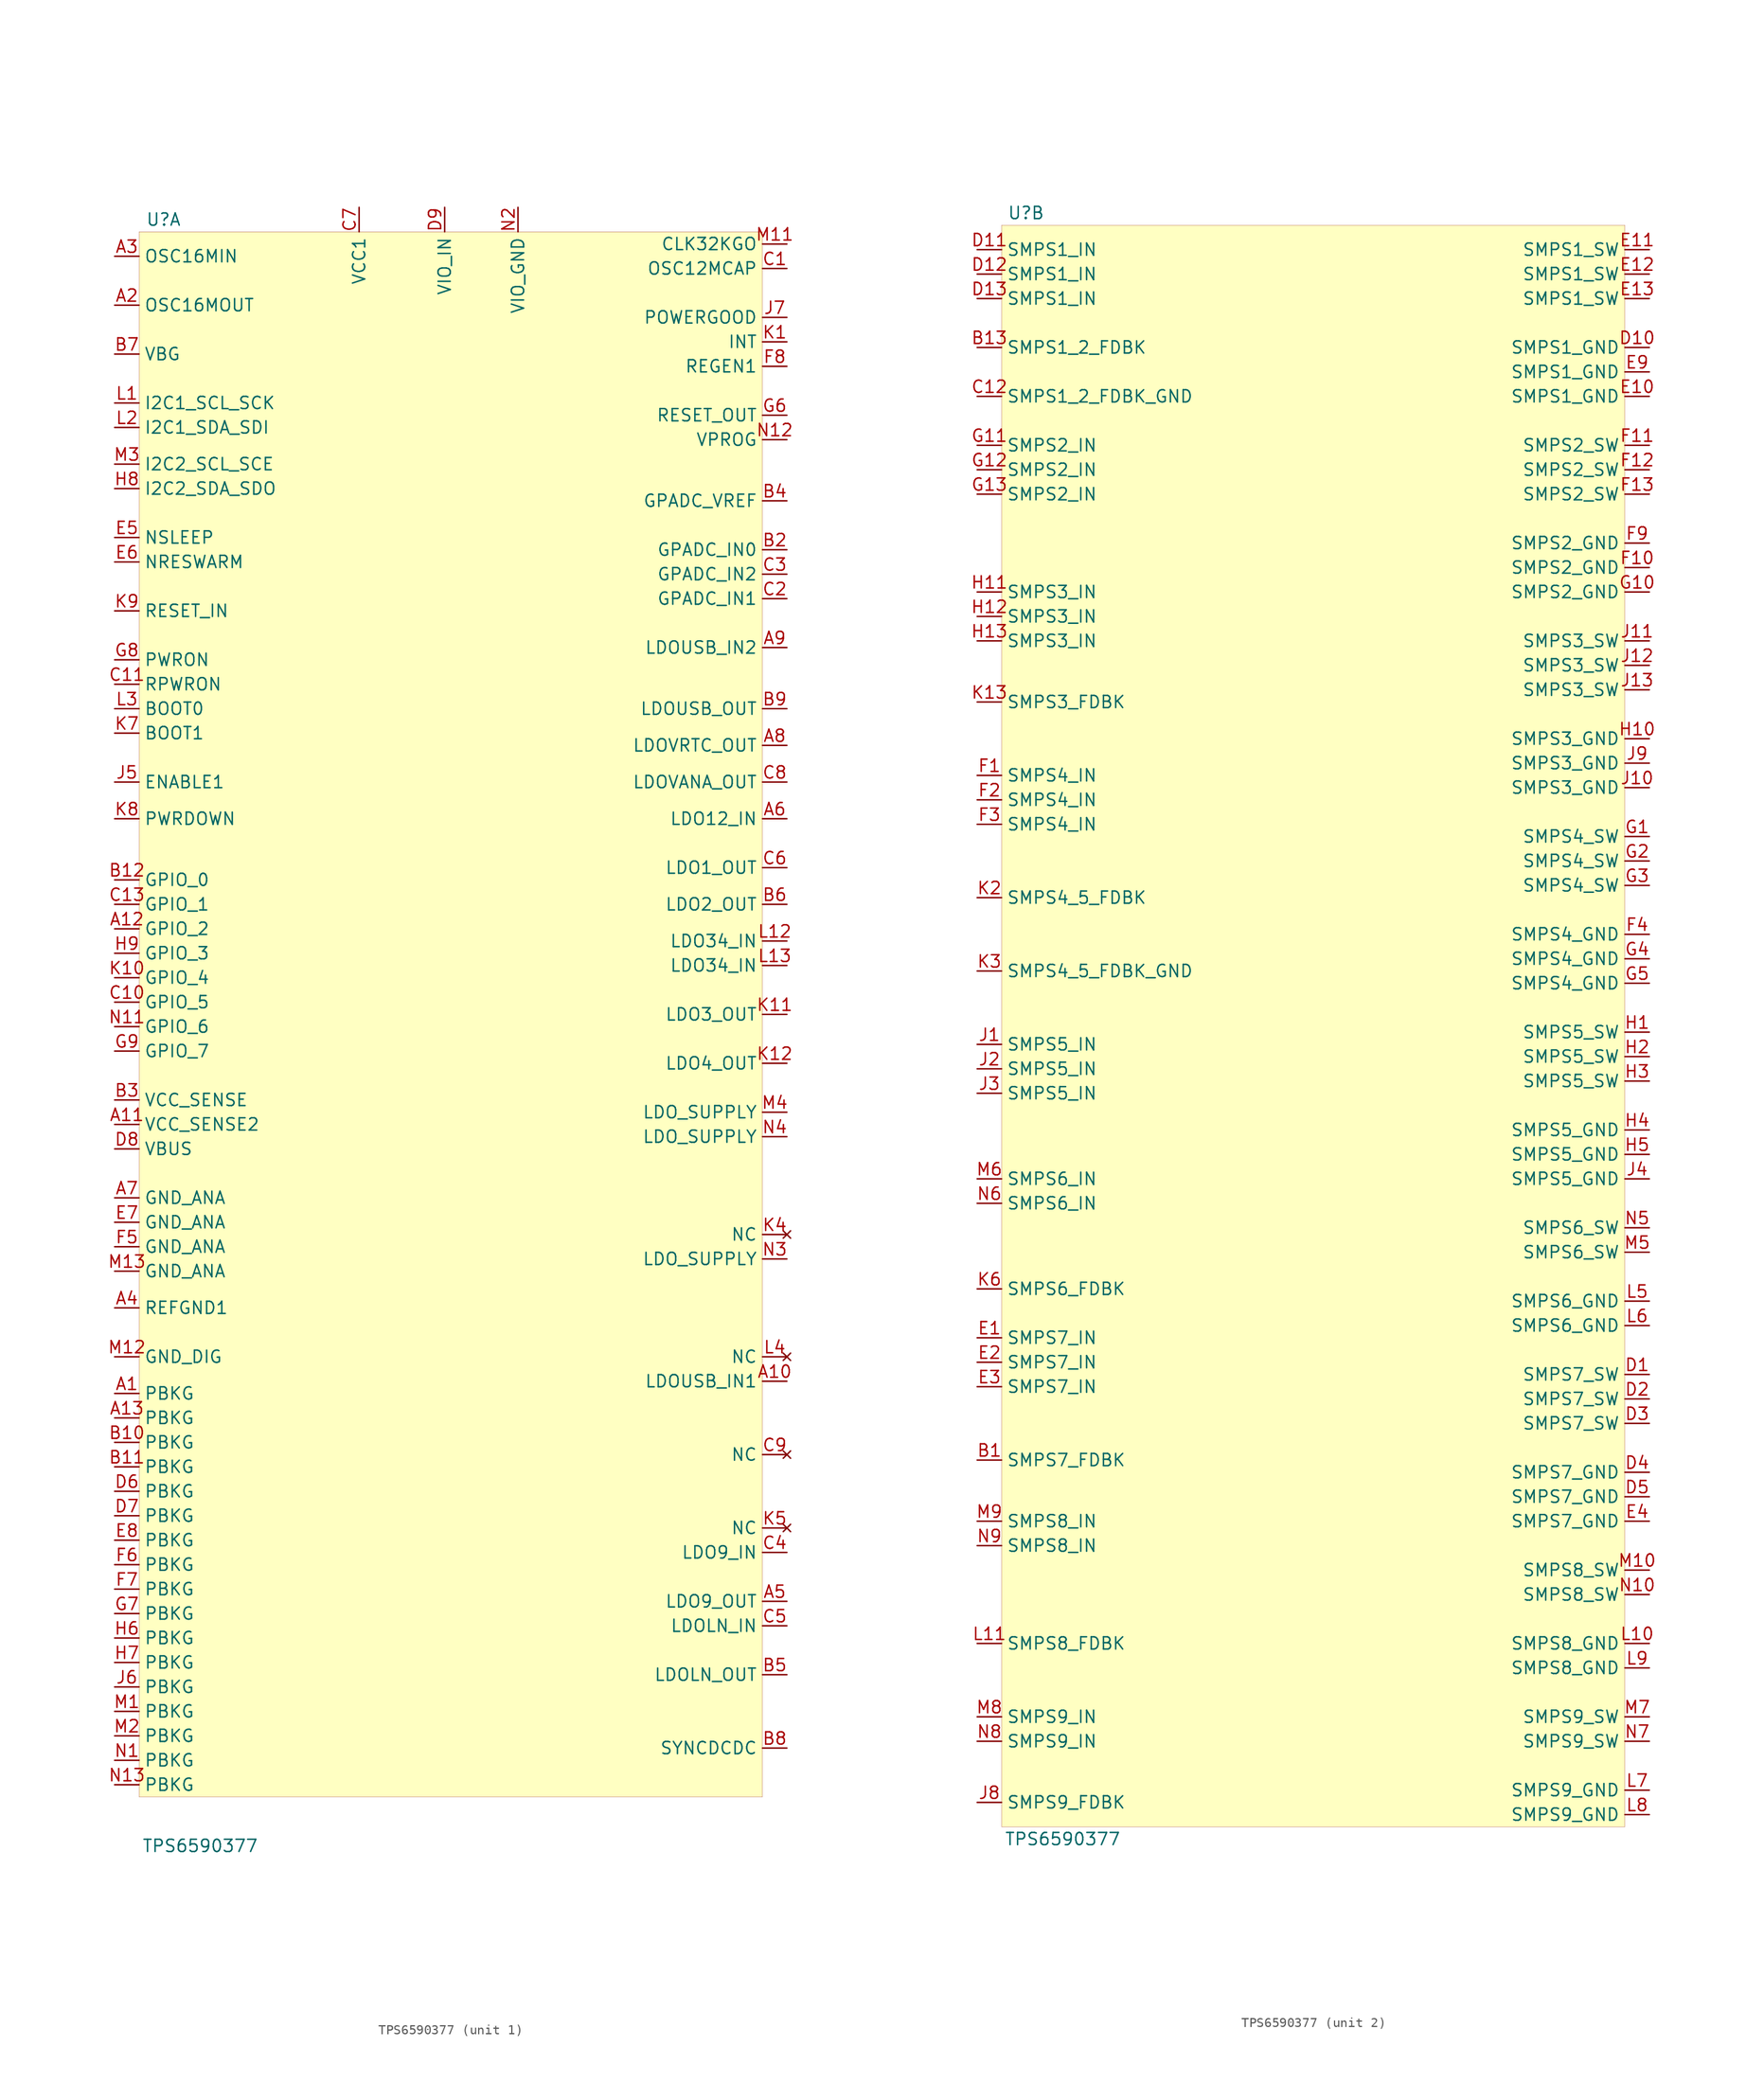
<source format=kicad_sym>
(kicad_symbol_lib
  (version 20201005)
  (generator kicad_symbol_editor)
  (symbol "beaglebone-ai:TPS6590377"
    (property "Reference" "U"
      (at -29.21 76.2 0)
      (effects (font (size 1.27 1.27))))
    (property "Value" "TPS6590377"
      (at -25.4 -92.71 0)
      (effects (font (size 1.27 1.27))))
    (property "ki_locked" ""
      (at 0 0 0)
      (effects (font (size 1.27 1.27))))
    (symbol "TPS6590377_1_0"
      (pin output line (at -34.29 67.31 0) (length 2.54) (name "OSC16MOUT" (effects (font (size 1.27 1.27)))) (number "A2" (effects (font (size 1.27 1.27)))))
      (pin input line (at -34.29 72.39 0) (length 2.54) (name "OSC16MIN" (effects (font (size 1.27 1.27)))) (number "A3" (effects (font (size 1.27 1.27)))))
      (pin power_in line (at -34.29 -36.83 0) (length 2.54) (name "REFGND1" (effects (font (size 1.27 1.27)))) (number "A4" (effects (font (size 1.27 1.27)))))
      (pin power_out line (at 35.56 -67.31 180) (length 2.54) (name "LDO9_OUT" (effects (font (size 1.27 1.27)))) (number "A5" (effects (font (size 1.27 1.27)))))
      (pin input line (at 35.56 13.97 180) (length 2.54) (name "LDO12_IN" (effects (font (size 1.27 1.27)))) (number "A6" (effects (font (size 1.27 1.27)))))
      (pin input line (at 35.56 -62.23 180) (length 2.54) (name "LDO9_IN" (effects (font (size 1.27 1.27)))) (number "C4" (effects (font (size 1.27 1.27)))))
      (pin input line (at 35.56 39.37 180) (length 2.54) (name "GPADC_IN2" (effects (font (size 1.27 1.27)))) (number "C3" (effects (font (size 1.27 1.27)))))
      (pin input line (at 35.56 36.83 180) (length 2.54) (name "GPADC_IN1" (effects (font (size 1.27 1.27)))) (number "C2" (effects (font (size 1.27 1.27)))))
      (pin passive line (at 35.56 71.12 180) (length 2.54) (name "OSC12MCAP" (effects (font (size 1.27 1.27)))) (number "C1" (effects (font (size 1.27 1.27)))))
      (pin bidirectional line (at -34.29 7.62 0) (length 2.54) (name "GPIO_0" (effects (font (size 1.27 1.27)))) (number "B12" (effects (font (size 1.27 1.27)))))
      (pin passive line (at -34.29 -53.34 0) (length 2.54) (name "PBKG" (effects (font (size 1.27 1.27)))) (number "B11" (effects (font (size 1.27 1.27)))))
      (pin passive line (at -34.29 -50.8 0) (length 2.54) (name "PBKG" (effects (font (size 1.27 1.27)))) (number "B10" (effects (font (size 1.27 1.27)))))
      (pin power_out line (at 35.56 25.4 180) (length 2.54) (name "LDOUSB_OUT" (effects (font (size 1.27 1.27)))) (number "B9" (effects (font (size 1.27 1.27)))))
      (pin power_out line (at 35.56 -74.93 180) (length 2.54) (name "LDOLN_OUT" (effects (font (size 1.27 1.27)))) (number "B5" (effects (font (size 1.27 1.27)))))
      (pin input line (at 35.56 -82.55 180) (length 2.54) (name "SYNCDCDC" (effects (font (size 1.27 1.27)))) (number "B8" (effects (font (size 1.27 1.27)))))
      (pin output line (at -34.29 62.23 0) (length 2.54) (name "VBG" (effects (font (size 1.27 1.27)))) (number "B7" (effects (font (size 1.27 1.27)))))
      (pin power_out line (at 35.56 21.59 180) (length 2.54) (name "LDOVRTC_OUT" (effects (font (size 1.27 1.27)))) (number "A8" (effects (font (size 1.27 1.27)))))
      (pin power_out line (at 35.56 5.08 180) (length 2.54) (name "LDO2_OUT" (effects (font (size 1.27 1.27)))) (number "B6" (effects (font (size 1.27 1.27)))))
      (pin input line (at 35.56 31.75 180) (length 2.54) (name "LDOUSB_IN2" (effects (font (size 1.27 1.27)))) (number "A9" (effects (font (size 1.27 1.27)))))
      (pin input line (at 35.56 -44.45 180) (length 2.54) (name "LDOUSB_IN1" (effects (font (size 1.27 1.27)))) (number "A10" (effects (font (size 1.27 1.27)))))
      (pin input line (at -34.29 -17.78 0) (length 2.54) (name "VCC_SENSE2" (effects (font (size 1.27 1.27)))) (number "A11" (effects (font (size 1.27 1.27)))))
      (pin bidirectional line (at -34.29 2.54 0) (length 2.54) (name "GPIO_2" (effects (font (size 1.27 1.27)))) (number "A12" (effects (font (size 1.27 1.27)))))
      (pin passive line (at -34.29 -48.26 0) (length 2.54) (name "PBKG" (effects (font (size 1.27 1.27)))) (number "A13" (effects (font (size 1.27 1.27)))))
      (pin input line (at 35.56 41.91 180) (length 2.54) (name "GPADC_IN0" (effects (font (size 1.27 1.27)))) (number "B2" (effects (font (size 1.27 1.27)))))
      (pin power_in line (at -34.29 -25.4 0) (length 2.54) (name "GND_ANA" (effects (font (size 1.27 1.27)))) (number "A7" (effects (font (size 1.27 1.27)))))
      (pin output line (at 35.56 46.99 180) (length 2.54) (name "GPADC_VREF" (effects (font (size 1.27 1.27)))) (number "B4" (effects (font (size 1.27 1.27)))))
      (pin input line (at -34.29 -15.24 0) (length 2.54) (name "VCC_SENSE" (effects (font (size 1.27 1.27)))) (number "B3" (effects (font (size 1.27 1.27)))))
      (pin input line (at 35.56 -69.85 180) (length 2.54) (name "LDOLN_IN" (effects (font (size 1.27 1.27)))) (number "C5" (effects (font (size 1.27 1.27)))))
      (pin power_out line (at 35.56 8.89 180) (length 2.54) (name "LDO1_OUT" (effects (font (size 1.27 1.27)))) (number "C6" (effects (font (size 1.27 1.27)))))
      (pin power_out line (at 35.56 17.78 180) (length 2.54) (name "LDOVANA_OUT" (effects (font (size 1.27 1.27)))) (number "C8" (effects (font (size 1.27 1.27)))))
      (pin no_connect line (at 35.56 -52.07 180) (length 2.54) (name "NC" (effects (font (size 1.27 1.27)))) (number "C9" (effects (font (size 1.27 1.27)))))
      (pin bidirectional line (at -34.29 -5.08 0) (length 2.54) (name "GPIO_5" (effects (font (size 1.27 1.27)))) (number "C10" (effects (font (size 1.27 1.27)))))
      (pin input line (at -34.29 27.94 0) (length 2.54) (name "RPWRON" (effects (font (size 1.27 1.27)))) (number "C11" (effects (font (size 1.27 1.27)))))
      (pin bidirectional line (at -34.29 5.08 0) (length 2.54) (name "GPIO_1" (effects (font (size 1.27 1.27)))) (number "C13" (effects (font (size 1.27 1.27)))))
      (pin passive line (at -34.29 -55.88 0) (length 2.54) (name "PBKG" (effects (font (size 1.27 1.27)))) (number "D6" (effects (font (size 1.27 1.27)))))
      (pin passive line (at -34.29 -58.42 0) (length 2.54) (name "PBKG" (effects (font (size 1.27 1.27)))) (number "D7" (effects (font (size 1.27 1.27)))))
      (pin input line (at -34.29 -20.32 0) (length 2.54) (name "VBUS" (effects (font (size 1.27 1.27)))) (number "D8" (effects (font (size 1.27 1.27)))))
      (pin input line (at -34.29 43.18 0) (length 2.54) (name "NSLEEP" (effects (font (size 1.27 1.27)))) (number "E5" (effects (font (size 1.27 1.27)))))
      (pin input line (at -34.29 40.64 0) (length 2.54) (name "NRESWARM" (effects (font (size 1.27 1.27)))) (number "E6" (effects (font (size 1.27 1.27)))))
      (pin power_in line (at -34.29 -27.94 0) (length 2.54) (name "GND_ANA" (effects (font (size 1.27 1.27)))) (number "E7" (effects (font (size 1.27 1.27)))))
      (pin power_in line (at -34.29 -60.96 0) (length 2.54) (name "PBKG" (effects (font (size 1.27 1.27)))) (number "E8" (effects (font (size 1.27 1.27)))))
      (pin power_in line (at -34.29 -30.48 0) (length 2.54) (name "GND_ANA" (effects (font (size 1.27 1.27)))) (number "F5" (effects (font (size 1.27 1.27)))))
      (pin passive line (at -34.29 -63.5 0) (length 2.54) (name "PBKG" (effects (font (size 1.27 1.27)))) (number "F6" (effects (font (size 1.27 1.27)))))
      (pin passive line (at -34.29 -66.04 0) (length 2.54) (name "PBKG" (effects (font (size 1.27 1.27)))) (number "F7" (effects (font (size 1.27 1.27)))))
      (pin output line (at 35.56 60.96 180) (length 2.54) (name "REGEN1" (effects (font (size 1.27 1.27)))) (number "F8" (effects (font (size 1.27 1.27)))))
      (pin output line (at 35.56 55.88 180) (length 2.54) (name "RESET_OUT" (effects (font (size 1.27 1.27)))) (number "G6" (effects (font (size 1.27 1.27)))))
      (pin passive line (at -34.29 -68.58 0) (length 2.54) (name "PBKG" (effects (font (size 1.27 1.27)))) (number "G7" (effects (font (size 1.27 1.27)))))
      (pin input line (at -34.29 30.48 0) (length 2.54) (name "PWRON" (effects (font (size 1.27 1.27)))) (number "G8" (effects (font (size 1.27 1.27)))))
      (pin bidirectional line (at -34.29 -10.16 0) (length 2.54) (name "GPIO_7" (effects (font (size 1.27 1.27)))) (number "G9" (effects (font (size 1.27 1.27)))))
      (pin passive line (at -34.29 -71.12 0) (length 2.54) (name "PBKG" (effects (font (size 1.27 1.27)))) (number "H6" (effects (font (size 1.27 1.27)))))
      (pin passive line (at -34.29 -73.66 0) (length 2.54) (name "PBKG" (effects (font (size 1.27 1.27)))) (number "H7" (effects (font (size 1.27 1.27)))))
      (pin bidirectional line (at -34.29 48.26 0) (length 2.54) (name "I2C2_SDA_SDO" (effects (font (size 1.27 1.27)))) (number "H8" (effects (font (size 1.27 1.27)))))
      (pin bidirectional line (at -34.29 0 0) (length 2.54) (name "GPIO_3" (effects (font (size 1.27 1.27)))) (number "H9" (effects (font (size 1.27 1.27)))))
      (pin input line (at -34.29 17.78 0) (length 2.54) (name "ENABLE1" (effects (font (size 1.27 1.27)))) (number "J5" (effects (font (size 1.27 1.27)))))
      (pin passive line (at -34.29 -76.2 0) (length 2.54) (name "PBKG" (effects (font (size 1.27 1.27)))) (number "J6" (effects (font (size 1.27 1.27)))))
      (pin output line (at 35.56 66.04 180) (length 2.54) (name "POWERGOOD" (effects (font (size 1.27 1.27)))) (number "J7" (effects (font (size 1.27 1.27)))))
      (pin output line (at 35.56 63.5 180) (length 2.54) (name "INT" (effects (font (size 1.27 1.27)))) (number "K1" (effects (font (size 1.27 1.27)))))
      (pin no_connect line (at 35.56 -29.21 180) (length 2.54) (name "NC" (effects (font (size 1.27 1.27)))) (number "K4" (effects (font (size 1.27 1.27)))))
      (pin no_connect line (at 35.56 -59.69 180) (length 2.54) (name "NC" (effects (font (size 1.27 1.27)))) (number "K5" (effects (font (size 1.27 1.27)))))
      (pin input line (at -34.29 22.86 0) (length 2.54) (name "BOOT1" (effects (font (size 1.27 1.27)))) (number "K7" (effects (font (size 1.27 1.27)))))
      (pin input line (at -34.29 13.97 0) (length 2.54) (name "PWRDOWN" (effects (font (size 1.27 1.27)))) (number "K8" (effects (font (size 1.27 1.27)))))
      (pin input line (at -34.29 35.56 0) (length 2.54) (name "RESET_IN" (effects (font (size 1.27 1.27)))) (number "K9" (effects (font (size 1.27 1.27)))))
      (pin bidirectional line (at -34.29 -2.54 0) (length 2.54) (name "GPIO_4" (effects (font (size 1.27 1.27)))) (number "K10" (effects (font (size 1.27 1.27)))))
      (pin power_out line (at 35.56 -6.35 180) (length 2.54) (name "LDO3_OUT" (effects (font (size 1.27 1.27)))) (number "K11" (effects (font (size 1.27 1.27)))))
      (pin power_out line (at 35.56 -11.43 180) (length 2.54) (name "LDO4_OUT" (effects (font (size 1.27 1.27)))) (number "K12" (effects (font (size 1.27 1.27)))))
      (pin bidirectional line (at -34.29 57.15 0) (length 2.54) (name "I2C1_SCL_SCK" (effects (font (size 1.27 1.27)))) (number "L1" (effects (font (size 1.27 1.27)))))
      (pin bidirectional line (at -34.29 54.61 0) (length 2.54) (name "I2C1_SDA_SDI" (effects (font (size 1.27 1.27)))) (number "L2" (effects (font (size 1.27 1.27)))))
      (pin input line (at -34.29 25.4 0) (length 2.54) (name "BOOT0" (effects (font (size 1.27 1.27)))) (number "L3" (effects (font (size 1.27 1.27)))))
      (pin no_connect line (at 35.56 -41.91 180) (length 2.54) (name "NC" (effects (font (size 1.27 1.27)))) (number "L4" (effects (font (size 1.27 1.27)))))
      (pin power_in line (at 35.56 1.27 180) (length 2.54) (name "LDO34_IN" (effects (font (size 1.27 1.27)))) (number "L12" (effects (font (size 1.27 1.27)))))
      (pin power_in line (at 35.56 -1.27 180) (length 2.54) (name "LDO34_IN" (effects (font (size 1.27 1.27)))) (number "L13" (effects (font (size 1.27 1.27)))))
      (pin passive line (at -34.29 -78.74 0) (length 2.54) (name "PBKG" (effects (font (size 1.27 1.27)))) (number "M1" (effects (font (size 1.27 1.27)))))
      (pin passive line (at -34.29 -81.28 0) (length 2.54) (name "PBKG" (effects (font (size 1.27 1.27)))) (number "M2" (effects (font (size 1.27 1.27)))))
      (pin bidirectional line (at -34.29 50.8 0) (length 2.54) (name "I2C2_SCL_SCE" (effects (font (size 1.27 1.27)))) (number "M3" (effects (font (size 1.27 1.27)))))
      (pin power_in line (at 35.56 -16.51 180) (length 2.54) (name "LDO_SUPPLY" (effects (font (size 1.27 1.27)))) (number "M4" (effects (font (size 1.27 1.27)))))
      (pin input line (at 35.56 73.66 180) (length 2.54) (name "CLK32KGO" (effects (font (size 1.27 1.27)))) (number "M11" (effects (font (size 1.27 1.27)))))
      (pin power_in line (at -34.29 -41.91 0) (length 2.54) (name "GND_DIG" (effects (font (size 1.27 1.27)))) (number "M12" (effects (font (size 1.27 1.27)))))
      (pin power_in line (at -34.29 -33.02 0) (length 2.54) (name "GND_ANA" (effects (font (size 1.27 1.27)))) (number "M13" (effects (font (size 1.27 1.27)))))
      (pin passive line (at -34.29 -83.82 0) (length 2.54) (name "PBKG" (effects (font (size 1.27 1.27)))) (number "N1" (effects (font (size 1.27 1.27)))))
      (pin power_in line (at 35.56 -31.75 180) (length 2.54) (name "LDO_SUPPLY" (effects (font (size 1.27 1.27)))) (number "N3" (effects (font (size 1.27 1.27)))))
      (pin power_in line (at 35.56 -19.05 180) (length 2.54) (name "LDO_SUPPLY" (effects (font (size 1.27 1.27)))) (number "N4" (effects (font (size 1.27 1.27)))))
      (pin bidirectional line (at -34.29 -7.62 0) (length 2.54) (name "GPIO_6" (effects (font (size 1.27 1.27)))) (number "N11" (effects (font (size 1.27 1.27)))))
      (pin input line (at 35.56 53.34 180) (length 2.54) (name "VPROG" (effects (font (size 1.27 1.27)))) (number "N12" (effects (font (size 1.27 1.27)))))
      (pin passive line (at -34.29 -86.36 0) (length 2.54) (name "PBKG" (effects (font (size 1.27 1.27)))) (number "N13" (effects (font (size 1.27 1.27)))))
      (pin passive line (at -34.29 -45.72 0) (length 2.54) (name "PBKG" (effects (font (size 1.27 1.27)))) (number "A1" (effects (font (size 1.27 1.27)))))
      (pin input line (at -8.89 77.47 270) (length 2.54) (name "VCC1" (effects (font (size 1.27 1.27)))) (number "C7" (effects (font (size 1.27 1.27)))))
      (pin input line (at 0 77.47 270) (length 2.54) (name "VIO_IN" (effects (font (size 1.27 1.27)))) (number "D9" (effects (font (size 1.27 1.27)))))
      (pin power_in line (at 7.62 77.47 270) (length 2.54) (name "VIO_GND" (effects (font (size 1.27 1.27)))) (number "N2" (effects (font (size 1.27 1.27))))))
    (symbol "TPS6590377_1_1"
      (rectangle (start -31.75 74.93) (end 33.02 -87.63) (stroke (width 0.001)) (fill (type background))))
    (symbol "TPS6590377_2_0"
      (pin input line (at -34.29 62.23 0) (length 2.54) (name "SMPS1_2_FDBK" (effects (font (size 1.27 1.27)))) (number "B13" (effects (font (size 1.27 1.27)))))
      (pin input line (at -34.29 -53.34 0) (length 2.54) (name "SMPS7_FDBK" (effects (font (size 1.27 1.27)))) (number "B1" (effects (font (size 1.27 1.27)))))
      (pin input line (at -34.29 57.15 0) (length 2.54) (name "SMPS1_2_FDBK_GND" (effects (font (size 1.27 1.27)))) (number "C12" (effects (font (size 1.27 1.27)))))
      (pin open_emitter line (at 35.56 -44.45 180) (length 2.54) (name "SMPS7_SW" (effects (font (size 1.27 1.27)))) (number "D1" (effects (font (size 1.27 1.27)))))
      (pin open_emitter line (at 35.56 -46.99 180) (length 2.54) (name "SMPS7_SW" (effects (font (size 1.27 1.27)))) (number "D2" (effects (font (size 1.27 1.27)))))
      (pin open_emitter line (at 35.56 -49.53 180) (length 2.54) (name "SMPS7_SW" (effects (font (size 1.27 1.27)))) (number "D3" (effects (font (size 1.27 1.27)))))
      (pin power_in line (at 35.56 -54.61 180) (length 2.54) (name "SMPS7_GND" (effects (font (size 1.27 1.27)))) (number "D4" (effects (font (size 1.27 1.27)))))
      (pin power_in line (at 35.56 -57.15 180) (length 2.54) (name "SMPS7_GND" (effects (font (size 1.27 1.27)))) (number "D5" (effects (font (size 1.27 1.27)))))
      (pin power_in line (at 35.56 62.23 180) (length 2.54) (name "SMPS1_GND" (effects (font (size 1.27 1.27)))) (number "D10" (effects (font (size 1.27 1.27)))))
      (pin power_in line (at -34.29 72.39 0) (length 2.54) (name "SMPS1_IN" (effects (font (size 1.27 1.27)))) (number "D11" (effects (font (size 1.27 1.27)))))
      (pin power_in line (at -34.29 69.85 0) (length 2.54) (name "SMPS1_IN" (effects (font (size 1.27 1.27)))) (number "D12" (effects (font (size 1.27 1.27)))))
      (pin power_in line (at -34.29 67.31 0) (length 2.54) (name "SMPS1_IN" (effects (font (size 1.27 1.27)))) (number "D13" (effects (font (size 1.27 1.27)))))
      (pin power_in line (at -34.29 -40.64 0) (length 2.54) (name "SMPS7_IN" (effects (font (size 1.27 1.27)))) (number "E1" (effects (font (size 1.27 1.27)))))
      (pin power_in line (at -34.29 -43.18 0) (length 2.54) (name "SMPS7_IN" (effects (font (size 1.27 1.27)))) (number "E2" (effects (font (size 1.27 1.27)))))
      (pin power_in line (at -34.29 -45.72 0) (length 2.54) (name "SMPS7_IN" (effects (font (size 1.27 1.27)))) (number "E3" (effects (font (size 1.27 1.27)))))
      (pin power_in line (at 35.56 -59.69 180) (length 2.54) (name "SMPS7_GND" (effects (font (size 1.27 1.27)))) (number "E4" (effects (font (size 1.27 1.27)))))
      (pin power_in line (at 35.56 59.69 180) (length 2.54) (name "SMPS1_GND" (effects (font (size 1.27 1.27)))) (number "E9" (effects (font (size 1.27 1.27)))))
      (pin power_in line (at 35.56 57.15 180) (length 2.54) (name "SMPS1_GND" (effects (font (size 1.27 1.27)))) (number "E10" (effects (font (size 1.27 1.27)))))
      (pin open_emitter line (at 35.56 72.39 180) (length 2.54) (name "SMPS1_SW" (effects (font (size 1.27 1.27)))) (number "E11" (effects (font (size 1.27 1.27)))))
      (pin open_emitter line (at 35.56 69.85 180) (length 2.54) (name "SMPS1_SW" (effects (font (size 1.27 1.27)))) (number "E12" (effects (font (size 1.27 1.27)))))
      (pin open_emitter line (at 35.56 67.31 180) (length 2.54) (name "SMPS1_SW" (effects (font (size 1.27 1.27)))) (number "E13" (effects (font (size 1.27 1.27)))))
      (pin power_in line (at -34.29 17.78 0) (length 2.54) (name "SMPS4_IN" (effects (font (size 1.27 1.27)))) (number "F1" (effects (font (size 1.27 1.27)))))
      (pin power_in line (at -34.29 15.24 0) (length 2.54) (name "SMPS4_IN" (effects (font (size 1.27 1.27)))) (number "F2" (effects (font (size 1.27 1.27)))))
      (pin power_in line (at -34.29 12.7 0) (length 2.54) (name "SMPS4_IN" (effects (font (size 1.27 1.27)))) (number "F3" (effects (font (size 1.27 1.27)))))
      (pin power_in line (at 35.56 1.27 180) (length 2.54) (name "SMPS4_GND" (effects (font (size 1.27 1.27)))) (number "F4" (effects (font (size 1.27 1.27)))))
      (pin power_in line (at 35.56 41.91 180) (length 2.54) (name "SMPS2_GND" (effects (font (size 1.27 1.27)))) (number "F9" (effects (font (size 1.27 1.27)))))
      (pin power_in line (at 35.56 39.37 180) (length 2.54) (name "SMPS2_GND" (effects (font (size 1.27 1.27)))) (number "F10" (effects (font (size 1.27 1.27)))))
      (pin open_emitter line (at 35.56 52.07 180) (length 2.54) (name "SMPS2_SW" (effects (font (size 1.27 1.27)))) (number "F11" (effects (font (size 1.27 1.27)))))
      (pin open_emitter line (at 35.56 49.53 180) (length 2.54) (name "SMPS2_SW" (effects (font (size 1.27 1.27)))) (number "F12" (effects (font (size 1.27 1.27)))))
      (pin open_emitter line (at 35.56 46.99 180) (length 2.54) (name "SMPS2_SW" (effects (font (size 1.27 1.27)))) (number "F13" (effects (font (size 1.27 1.27)))))
      (pin open_emitter line (at 35.56 11.43 180) (length 2.54) (name "SMPS4_SW" (effects (font (size 1.27 1.27)))) (number "G1" (effects (font (size 1.27 1.27)))))
      (pin open_emitter line (at 35.56 8.89 180) (length 2.54) (name "SMPS4_SW" (effects (font (size 1.27 1.27)))) (number "G2" (effects (font (size 1.27 1.27)))))
      (pin open_emitter line (at 35.56 6.35 180) (length 2.54) (name "SMPS4_SW" (effects (font (size 1.27 1.27)))) (number "G3" (effects (font (size 1.27 1.27)))))
      (pin power_in line (at 35.56 -1.27 180) (length 2.54) (name "SMPS4_GND" (effects (font (size 1.27 1.27)))) (number "G4" (effects (font (size 1.27 1.27)))))
      (pin power_in line (at 35.56 -3.81 180) (length 2.54) (name "SMPS4_GND" (effects (font (size 1.27 1.27)))) (number "G5" (effects (font (size 1.27 1.27)))))
      (pin power_in line (at 35.56 36.83 180) (length 2.54) (name "SMPS2_GND" (effects (font (size 1.27 1.27)))) (number "G10" (effects (font (size 1.27 1.27)))))
      (pin power_in line (at -34.29 52.07 0) (length 2.54) (name "SMPS2_IN" (effects (font (size 1.27 1.27)))) (number "G11" (effects (font (size 1.27 1.27)))))
      (pin power_in line (at -34.29 49.53 0) (length 2.54) (name "SMPS2_IN" (effects (font (size 1.27 1.27)))) (number "G12" (effects (font (size 1.27 1.27)))))
      (pin power_in line (at -34.29 46.99 0) (length 2.54) (name "SMPS2_IN" (effects (font (size 1.27 1.27)))) (number "G13" (effects (font (size 1.27 1.27)))))
      (pin open_emitter line (at 35.56 -8.89 180) (length 2.54) (name "SMPS5_SW" (effects (font (size 1.27 1.27)))) (number "H1" (effects (font (size 1.27 1.27)))))
      (pin open_emitter line (at 35.56 -11.43 180) (length 2.54) (name "SMPS5_SW" (effects (font (size 1.27 1.27)))) (number "H2" (effects (font (size 1.27 1.27)))))
      (pin open_emitter line (at 35.56 -13.97 180) (length 2.54) (name "SMPS5_SW" (effects (font (size 1.27 1.27)))) (number "H3" (effects (font (size 1.27 1.27)))))
      (pin power_in line (at 35.56 -19.05 180) (length 2.54) (name "SMPS5_GND" (effects (font (size 1.27 1.27)))) (number "H4" (effects (font (size 1.27 1.27)))))
      (pin power_in line (at 35.56 -21.59 180) (length 2.54) (name "SMPS5_GND" (effects (font (size 1.27 1.27)))) (number "H5" (effects (font (size 1.27 1.27)))))
      (pin power_in line (at 35.56 21.59 180) (length 2.54) (name "SMPS3_GND" (effects (font (size 1.27 1.27)))) (number "H10" (effects (font (size 1.27 1.27)))))
      (pin power_in line (at -34.29 36.83 0) (length 2.54) (name "SMPS3_IN" (effects (font (size 1.27 1.27)))) (number "H11" (effects (font (size 1.27 1.27)))))
      (pin power_in line (at -34.29 34.29 0) (length 2.54) (name "SMPS3_IN" (effects (font (size 1.27 1.27)))) (number "H12" (effects (font (size 1.27 1.27)))))
      (pin power_in line (at -34.29 31.75 0) (length 2.54) (name "SMPS3_IN" (effects (font (size 1.27 1.27)))) (number "H13" (effects (font (size 1.27 1.27)))))
      (pin power_in line (at -34.29 -10.16 0) (length 2.54) (name "SMPS5_IN" (effects (font (size 1.27 1.27)))) (number "J1" (effects (font (size 1.27 1.27)))))
      (pin power_in line (at -34.29 -12.7 0) (length 2.54) (name "SMPS5_IN" (effects (font (size 1.27 1.27)))) (number "J2" (effects (font (size 1.27 1.27)))))
      (pin power_in line (at -34.29 -15.24 0) (length 2.54) (name "SMPS5_IN" (effects (font (size 1.27 1.27)))) (number "J3" (effects (font (size 1.27 1.27)))))
      (pin power_in line (at 35.56 -24.13 180) (length 2.54) (name "SMPS5_GND" (effects (font (size 1.27 1.27)))) (number "J4" (effects (font (size 1.27 1.27)))))
      (pin input line (at -34.29 -88.9 0) (length 2.54) (name "SMPS9_FDBK" (effects (font (size 1.27 1.27)))) (number "J8" (effects (font (size 1.27 1.27)))))
      (pin power_in line (at 35.56 19.05 180) (length 2.54) (name "SMPS3_GND" (effects (font (size 1.27 1.27)))) (number "J9" (effects (font (size 1.27 1.27)))))
      (pin power_in line (at 35.56 16.51 180) (length 2.54) (name "SMPS3_GND" (effects (font (size 1.27 1.27)))) (number "J10" (effects (font (size 1.27 1.27)))))
      (pin open_emitter line (at 35.56 31.75 180) (length 2.54) (name "SMPS3_SW" (effects (font (size 1.27 1.27)))) (number "J11" (effects (font (size 1.27 1.27)))))
      (pin open_emitter line (at 35.56 29.21 180) (length 2.54) (name "SMPS3_SW" (effects (font (size 1.27 1.27)))) (number "J12" (effects (font (size 1.27 1.27)))))
      (pin open_emitter line (at 35.56 26.67 180) (length 2.54) (name "SMPS3_SW" (effects (font (size 1.27 1.27)))) (number "J13" (effects (font (size 1.27 1.27)))))
      (pin input line (at -34.29 5.08 0) (length 2.54) (name "SMPS4_5_FDBK" (effects (font (size 1.27 1.27)))) (number "K2" (effects (font (size 1.27 1.27)))))
      (pin input line (at -34.29 -2.54 0) (length 2.54) (name "SMPS4_5_FDBK_GND" (effects (font (size 1.27 1.27)))) (number "K3" (effects (font (size 1.27 1.27)))))
      (pin input line (at -34.29 -35.56 0) (length 2.54) (name "SMPS6_FDBK" (effects (font (size 1.27 1.27)))) (number "K6" (effects (font (size 1.27 1.27)))))
      (pin power_in line (at 35.56 -36.83 180) (length 2.54) (name "SMPS6_GND" (effects (font (size 1.27 1.27)))) (number "L5" (effects (font (size 1.27 1.27)))))
      (pin power_in line (at 35.56 -39.37 180) (length 2.54) (name "SMPS6_GND" (effects (font (size 1.27 1.27)))) (number "L6" (effects (font (size 1.27 1.27)))))
      (pin power_in line (at 35.56 -87.63 180) (length 2.54) (name "SMPS9_GND" (effects (font (size 1.27 1.27)))) (number "L7" (effects (font (size 1.27 1.27)))))
      (pin power_in line (at 35.56 -90.17 180) (length 2.54) (name "SMPS9_GND" (effects (font (size 1.27 1.27)))) (number "L8" (effects (font (size 1.27 1.27)))))
      (pin power_in line (at 35.56 -74.93 180) (length 2.54) (name "SMPS8_GND" (effects (font (size 1.27 1.27)))) (number "L9" (effects (font (size 1.27 1.27)))))
      (pin power_in line (at 35.56 -72.39 180) (length 2.54) (name "SMPS8_GND" (effects (font (size 1.27 1.27)))) (number "L10" (effects (font (size 1.27 1.27)))))
      (pin input line (at -34.29 -72.39 0) (length 2.54) (name "SMPS8_FDBK" (effects (font (size 1.27 1.27)))) (number "L11" (effects (font (size 1.27 1.27)))))
      (pin open_emitter line (at 35.56 -31.75 180) (length 2.54) (name "SMPS6_SW" (effects (font (size 1.27 1.27)))) (number "M5" (effects (font (size 1.27 1.27)))))
      (pin power_in line (at -34.29 -24.13 0) (length 2.54) (name "SMPS6_IN" (effects (font (size 1.27 1.27)))) (number "M6" (effects (font (size 1.27 1.27)))))
      (pin open_emitter line (at 35.56 -80.01 180) (length 2.54) (name "SMPS9_SW" (effects (font (size 1.27 1.27)))) (number "M7" (effects (font (size 1.27 1.27)))))
      (pin power_in line (at -34.29 -80.01 0) (length 2.54) (name "SMPS9_IN" (effects (font (size 1.27 1.27)))) (number "M8" (effects (font (size 1.27 1.27)))))
      (pin power_in line (at -34.29 -59.69 0) (length 2.54) (name "SMPS8_IN" (effects (font (size 1.27 1.27)))) (number "M9" (effects (font (size 1.27 1.27)))))
      (pin open_emitter line (at 35.56 -64.77 180) (length 2.54) (name "SMPS8_SW" (effects (font (size 1.27 1.27)))) (number "M10" (effects (font (size 1.27 1.27)))))
      (pin open_emitter line (at 35.56 -29.21 180) (length 2.54) (name "SMPS6_SW" (effects (font (size 1.27 1.27)))) (number "N5" (effects (font (size 1.27 1.27)))))
      (pin power_in line (at -34.29 -26.67 0) (length 2.54) (name "SMPS6_IN" (effects (font (size 1.27 1.27)))) (number "N6" (effects (font (size 1.27 1.27)))))
      (pin open_emitter line (at 35.56 -82.55 180) (length 2.54) (name "SMPS9_SW" (effects (font (size 1.27 1.27)))) (number "N7" (effects (font (size 1.27 1.27)))))
      (pin power_in line (at -34.29 -82.55 0) (length 2.54) (name "SMPS9_IN" (effects (font (size 1.27 1.27)))) (number "N8" (effects (font (size 1.27 1.27)))))
      (pin power_in line (at -34.29 -62.23 0) (length 2.54) (name "SMPS8_IN" (effects (font (size 1.27 1.27)))) (number "N9" (effects (font (size 1.27 1.27)))))
      (pin open_emitter line (at 35.56 -67.31 180) (length 2.54) (name "SMPS8_SW" (effects (font (size 1.27 1.27)))) (number "N10" (effects (font (size 1.27 1.27)))))
      (pin input line (at -34.29 25.4 0) (length 2.54) (name "SMPS3_FDBK" (effects (font (size 1.27 1.27)))) (number "K13" (effects (font (size 1.27 1.27))))))
    (symbol "TPS6590377_2_1"
      (rectangle (start -31.75 74.93) (end 33.02 -91.44) (stroke (width 0.001)) (fill (type background))))))
</source>
